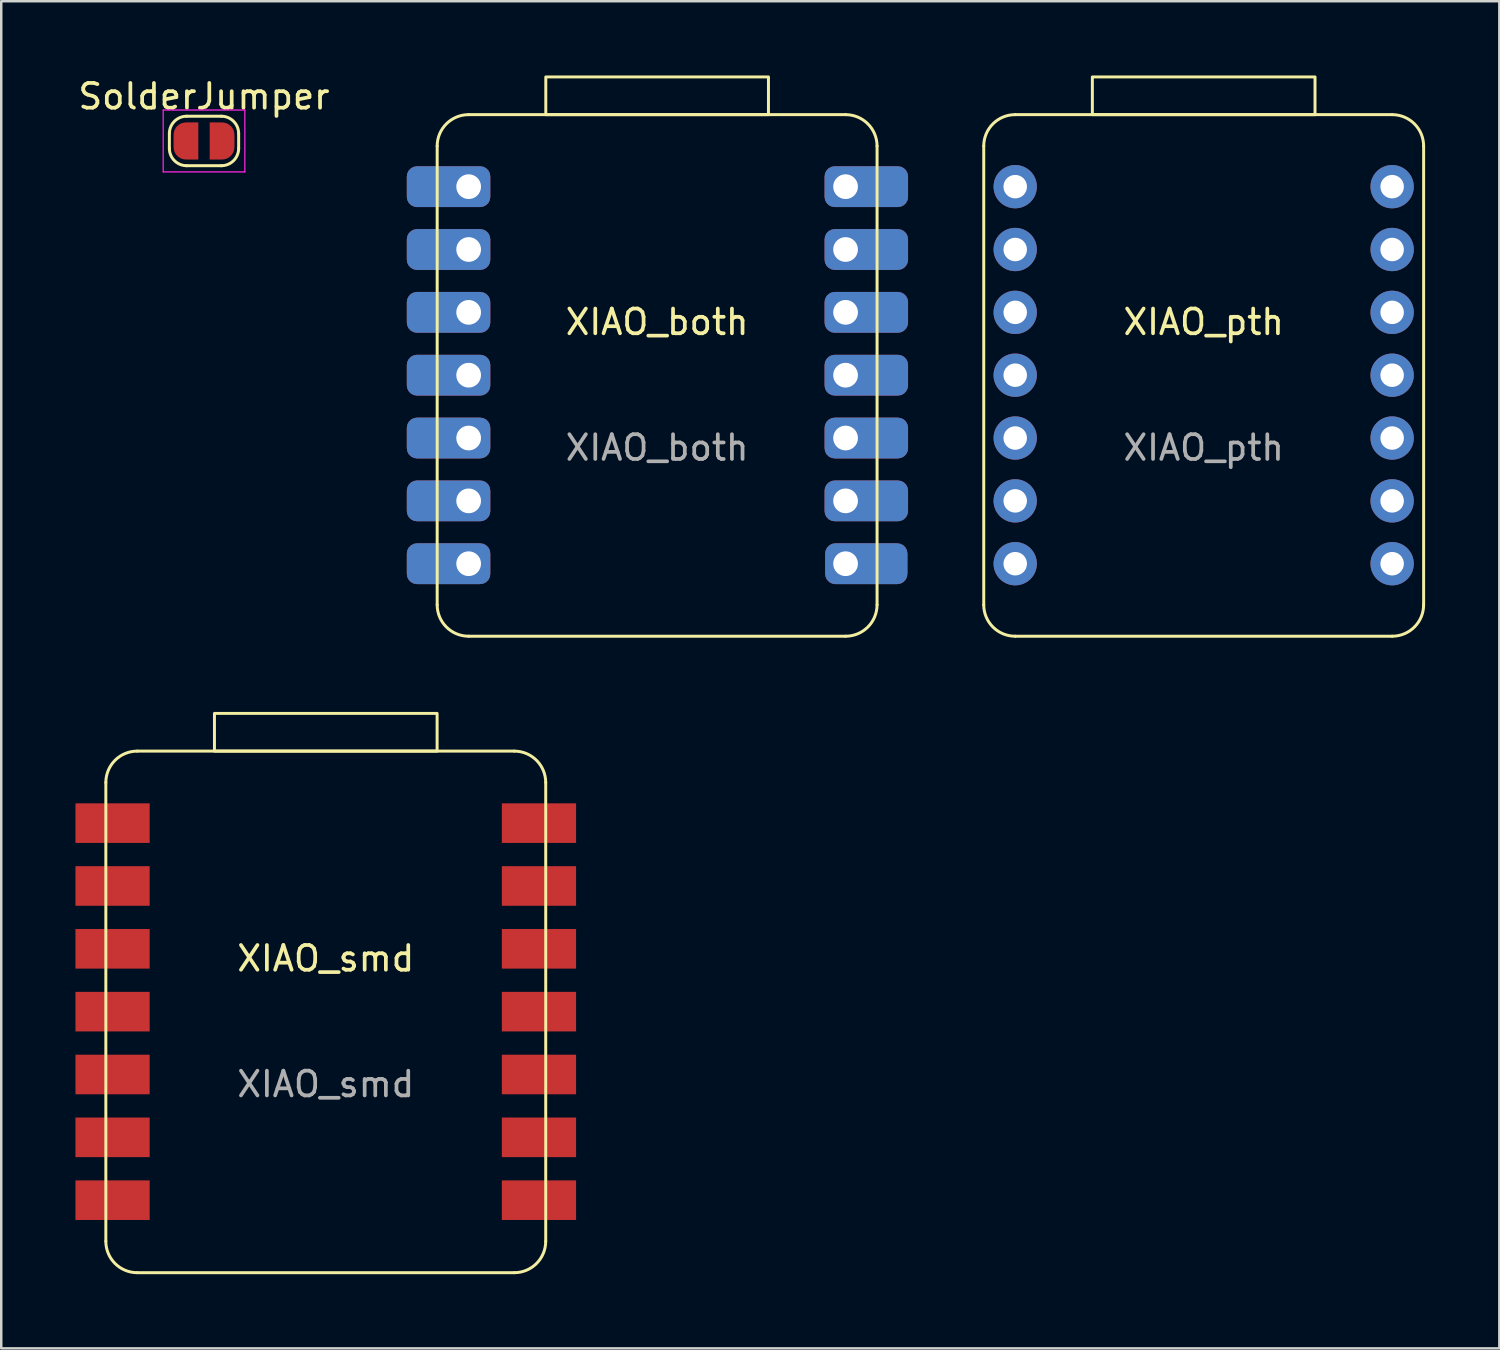
<source format=kicad_pcb>
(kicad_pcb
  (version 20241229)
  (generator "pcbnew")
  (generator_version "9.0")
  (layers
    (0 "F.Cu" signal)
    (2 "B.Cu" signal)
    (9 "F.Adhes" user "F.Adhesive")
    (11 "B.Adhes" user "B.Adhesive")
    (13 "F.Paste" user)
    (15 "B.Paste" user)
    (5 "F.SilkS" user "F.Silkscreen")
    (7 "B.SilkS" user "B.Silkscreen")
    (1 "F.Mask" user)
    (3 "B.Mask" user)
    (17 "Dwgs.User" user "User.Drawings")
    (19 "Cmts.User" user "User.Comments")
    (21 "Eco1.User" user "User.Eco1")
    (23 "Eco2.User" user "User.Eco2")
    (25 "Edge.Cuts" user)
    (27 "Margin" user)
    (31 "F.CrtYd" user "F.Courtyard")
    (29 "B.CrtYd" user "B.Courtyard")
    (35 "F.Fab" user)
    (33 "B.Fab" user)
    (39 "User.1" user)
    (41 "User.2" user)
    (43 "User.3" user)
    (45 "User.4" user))
  (footprint "SolderJumper"
    (layer "F.Cu")
    (at 5.196 2.648)
    (property "Reference" "SolderJumper" (at 0 -1.8 0) (layer "F.SilkS") (effects (font (size 1 1) (thickness 0.15))))
    (attr exclude_from_pos_files exclude_from_bom)
    (fp_line (start -1.4 0.3) (end -1.4 -0.3) (stroke (width 0.12) (type solid)) (layer "F.SilkS"))
    (fp_line (start -0.7 -1) (end 0.7 -1) (stroke (width 0.12) (type solid)) (layer "F.SilkS"))
    (fp_line (start 0.7 1) (end -0.7 1) (stroke (width 0.12) (type solid)) (layer "F.SilkS"))
    (fp_line (start 1.4 -0.3) (end 1.4 0.3) (stroke (width 0.12) (type solid)) (layer "F.SilkS"))
    (fp_arc (start -1.4 -0.3) (mid -1.194975 -0.794975) (end -0.7 -1) (stroke (width 0.12) (type solid)) (layer "F.SilkS"))
    (fp_arc (start -0.7 1) (mid -1.194975 0.794975) (end -1.4 0.3) (stroke (width 0.12) (type solid)) (layer "F.SilkS"))
    (fp_arc (start 0.7 -1) (mid 1.194975 -0.794975) (end 1.4 -0.3) (stroke (width 0.12) (type solid)) (layer "F.SilkS"))
    (fp_arc (start 1.4 0.3) (mid 1.194975 0.794975) (end 0.7 1) (stroke (width 0.12) (type solid)) (layer "F.SilkS"))
    (fp_line (start -1.65 -1.25) (end -1.65 1.25) (stroke (width 0.05) (type solid)) (layer "F.CrtYd"))
    (fp_line (start -1.65 -1.25) (end 1.65 -1.25) (stroke (width 0.05) (type solid)) (layer "F.CrtYd"))
    (fp_line (start 1.65 1.25) (end -1.65 1.25) (stroke (width 0.05) (type solid)) (layer "F.CrtYd"))
    (fp_line (start 1.65 1.25) (end 1.65 -1.25) (stroke (width 0.05) (type solid)) (layer "F.CrtYd"))
    (pad "1" smd custom (at -0.73 0) (size 1 0.5) (layers "F.Cu" "F.Mask") (options (anchor rect)) (primitives (gr_circle (center 0 0.25) (end 0.5 0.25) (width 0) (fill yes)) (gr_circle (center 0 -0.25) (end 0.5 -0.25) (width 0) (fill yes)) (gr_poly (pts (xy 0.5 0.75) (xy 0 0.75) (xy 0 -0.75) (xy 0.5 -0.75)) (width 0) (fill yes))))
    (pad "2" smd custom (at 0.73 0) (size 1 0.5) (layers "F.Cu" "F.Mask") (options (anchor rect)) (primitives (gr_circle (center 0 0.25) (end 0.5 0.25) (width 0) (fill yes)) (gr_circle (center 0 -0.25) (end 0.5 -0.25) (width 0) (fill yes)) (gr_poly (pts (xy 0 0.75) (xy -0.5 0.75) (xy -0.5 -0.75) (xy 0 -0.75)) (width 0) (fill yes)))))
  (footprint "XIAO_pth"
    (layer "F.Cu")
    (at 45.6 12.115)
    (property "Reference" "XIAO_pth" (at 0.003 -2.149 0) (unlocked yes) (layer "F.SilkS") (effects (font (size 1 1) (thickness 0.15))))
    (attr through_hole)
    (fp_line (start -8.887 9.281) (end -8.887 -9.261) (stroke (width 0.12) (type solid)) (layer "F.SilkS"))
    (fp_line (start -7.617 -10.531) (end 7.622 -10.531) (stroke (width 0.12) (type solid)) (layer "F.SilkS"))
    (fp_line (start 7.622 10.551) (end -7.617 10.551) (stroke (width 0.12) (type solid)) (layer "F.SilkS"))
    (fp_line (start 8.893 -9.261) (end 8.893 9.281) (stroke (width 0.12) (type solid)) (layer "F.SilkS"))
    (fp_rect (start -4.497 -10.531) (end 4.503 -12.055) (stroke (width 0.12) (type solid)) (fill no) (layer "F.SilkS"))
    (fp_arc (start -8.8875 -9.261) (mid -8.515526 -10.159026) (end -7.6175 -10.531) (stroke (width 0.12) (type solid)) (layer "F.SilkS"))
    (fp_arc (start -7.6175 10.551) (mid -8.515526 10.179026) (end -8.8875 9.281) (stroke (width 0.12) (type solid)) (layer "F.SilkS"))
    (fp_arc (start 7.6225 -10.531) (mid 8.520526 -10.159026) (end 8.8925 -9.261) (stroke (width 0.12) (type solid)) (layer "F.SilkS"))
    (fp_arc (start 8.8925 9.281) (mid 8.520526 10.179026) (end 7.6225 10.551) (stroke (width 0.12) (type solid)) (layer "F.SilkS"))
    (fp_text user "${REFERENCE}" (at 0.003 2.931 0) (unlocked yes) (layer "F.Fab") (effects (font (size 1 1) (thickness 0.15))))
    (pad "1" thru_hole circle (at -7.615 -7.62) (size 1.75 1.75) (drill 0.95) (layers "*.Cu" "*.Mask"))
    (pad "2" thru_hole circle (at -7.615 -5.08) (size 1.75 1.75) (drill 0.95) (layers "*.Cu" "*.Mask"))
    (pad "3" thru_hole circle (at -7.615 -2.54) (size 1.75 1.75) (drill 0.95) (layers "*.Cu" "*.Mask"))
    (pad "4" thru_hole circle (at -7.615 0) (size 1.75 1.75) (drill 0.95) (layers "*.Cu" "*.Mask"))
    (pad "5" thru_hole circle (at -7.615 2.54) (size 1.75 1.75) (drill 0.95) (layers "*.Cu" "*.Mask"))
    (pad "6" thru_hole circle (at -7.615 5.08) (size 1.75 1.75) (drill 0.95) (layers "*.Cu" "*.Mask"))
    (pad "7" thru_hole circle (at -7.615 7.62) (size 1.75 1.75) (drill 0.95) (layers "*.Cu" "*.Mask"))
    (pad "8" thru_hole circle (at 7.62 7.62) (size 1.75 1.75) (drill 0.95) (layers "*.Cu" "*.Mask"))
    (pad "9" thru_hole circle (at 7.62 5.08) (size 1.75 1.75) (drill 0.95) (layers "*.Cu" "*.Mask"))
    (pad "10" thru_hole circle (at 7.62 2.54) (size 1.75 1.75) (drill 0.95) (layers "*.Cu" "*.Mask"))
    (pad "11" thru_hole circle (at 7.62 0) (size 1.75 1.75) (drill 0.95) (layers "*.Cu" "*.Mask"))
    (pad "12" thru_hole circle (at 7.62 -2.54) (size 1.75 1.75) (drill 0.95) (layers "*.Cu" "*.Mask"))
    (pad "13" thru_hole circle (at 7.62 -5.08) (size 1.75 1.75) (drill 0.95) (layers "*.Cu" "*.Mask"))
    (pad "14" thru_hole circle (at 7.62 -7.62) (size 1.75 1.75) (drill 0.95) (layers "*.Cu" "*.Mask"))
    (zone (net_name "") (layer "F.SilkS") (hatch edge 0.508) (connect_pads) (min_thickness 0.254) (filled_areas_thickness no) (keepout (tracks not_allowed) (vias allowed) (pads allowed) (copperpour allowed) (footprints allowed)) (placement (enabled no)) (fill) (polygon (pts (xy 51.8 22.615) (xy 39.6 22.615) (xy 39.6 18.915) (xy 51.8 18.915)))))
  (footprint "XIAO_smd"
    (layer "F.Cu")
    (at 10.115 37.841)
    (property "Reference" "XIAO_smd" (at 0.003 -2.149 0) (unlocked yes) (layer "F.SilkS") (effects (font (size 1 1) (thickness 0.15))))
    (attr through_hole)
    (fp_line (start -8.887 9.281) (end -8.887 -9.261) (stroke (width 0.12) (type solid)) (layer "F.SilkS"))
    (fp_line (start -7.617 -10.531) (end 7.622 -10.531) (stroke (width 0.12) (type solid)) (layer "F.SilkS"))
    (fp_line (start 7.622 10.551) (end -7.617 10.551) (stroke (width 0.12) (type solid)) (layer "F.SilkS"))
    (fp_line (start 8.893 -9.261) (end 8.893 9.281) (stroke (width 0.12) (type solid)) (layer "F.SilkS"))
    (fp_rect (start -4.497 -10.531) (end 4.503 -12.055) (stroke (width 0.12) (type solid)) (fill no) (layer "F.SilkS"))
    (fp_arc (start -8.8875 -9.261) (mid -8.515526 -10.159026) (end -7.6175 -10.531) (stroke (width 0.12) (type solid)) (layer "F.SilkS"))
    (fp_arc (start -7.6175 10.551) (mid -8.515526 10.179026) (end -8.8875 9.281) (stroke (width 0.12) (type solid)) (layer "F.SilkS"))
    (fp_arc (start 7.6225 -10.531) (mid 8.520526 -10.159026) (end 8.8925 -9.261) (stroke (width 0.12) (type solid)) (layer "F.SilkS"))
    (fp_arc (start 8.8925 9.281) (mid 8.520526 10.179026) (end 7.6225 10.551) (stroke (width 0.12) (type solid)) (layer "F.SilkS"))
    (fp_text user "${REFERENCE}" (at 0.003 2.931 0) (unlocked yes) (layer "F.Fab") (effects (font (size 1 1) (thickness 0.15))))
    (pad "1" smd rect (at -7.615 -7.62) (size 3 1.6) (drill (offset -1 0)) (layers "F.Cu" "F.Mask" "F.Paste"))
    (pad "2" smd rect (at -7.615 -5.08) (size 3 1.6) (drill (offset -1 0)) (layers "F.Cu" "F.Mask" "F.Paste"))
    (pad "3" smd rect (at -7.615 -2.54) (size 3 1.6) (drill (offset -1 0)) (layers "F.Cu" "F.Mask" "F.Paste"))
    (pad "4" smd rect (at -7.615 0) (size 3 1.6) (drill (offset -1 0)) (layers "F.Cu" "F.Mask" "F.Paste"))
    (pad "5" smd rect (at -7.615 2.54) (size 3 1.6) (drill (offset -1 0)) (layers "F.Cu" "F.Mask" "F.Paste"))
    (pad "6" smd rect (at -7.615 5.08) (size 3 1.6) (drill (offset -1 0)) (layers "F.Cu" "F.Mask" "F.Paste"))
    (pad "7" smd rect (at -7.615 7.62) (size 3 1.6) (drill (offset -1 0)) (layers "F.Cu" "F.Mask" "F.Paste"))
    (pad "8" smd rect (at 7.62 7.62) (size 3 1.6) (drill (offset 1 0)) (layers "F.Cu" "F.Mask" "F.Paste"))
    (pad "9" smd rect (at 7.62 5.08) (size 3 1.6) (drill (offset 1 0)) (layers "F.Cu" "F.Mask" "F.Paste"))
    (pad "10" smd rect (at 7.62 2.54) (size 3 1.6) (drill (offset 1 0)) (layers "F.Cu" "F.Mask" "F.Paste"))
    (pad "11" smd rect (at 7.62 0) (size 3 1.6) (drill (offset 1 0)) (layers "F.Cu" "F.Mask" "F.Paste"))
    (pad "12" smd rect (at 7.62 -2.54) (size 3 1.6) (drill (offset 1 0)) (layers "F.Cu" "F.Mask" "F.Paste"))
    (pad "13" smd rect (at 7.62 -5.08) (size 3 1.6) (drill (offset 1 0)) (layers "F.Cu" "F.Mask" "F.Paste"))
    (pad "14" smd rect (at 7.62 -7.62) (size 3 1.6) (drill (offset 1 0)) (layers "F.Cu" "F.Mask" "F.Paste"))
    (zone (net_name "") (layer "F.SilkS") (hatch edge 0.508) (connect_pads) (min_thickness 0.254) (filled_areas_thickness no) (keepout (tracks not_allowed) (vias allowed) (pads allowed) (copperpour allowed) (footprints allowed)) (placement (enabled no)) (fill) (polygon (pts (xy 16.315 48.341) (xy 4.115 48.341) (xy 4.115 44.641) (xy 16.315 44.641)))))
  (footprint "XIAO_both"
    (layer "F.Cu")
    (at 23.508 12.115)
    (property "Reference" "XIAO_both" (at 0.003 -2.149 0) (unlocked yes) (layer "F.SilkS") (effects (font (size 1 1) (thickness 0.15))))
    (attr through_hole)
    (fp_line (start -8.887 9.281) (end -8.887 -9.261) (stroke (width 0.12) (type solid)) (layer "F.SilkS"))
    (fp_line (start -7.617 -10.531) (end 7.622 -10.531) (stroke (width 0.12) (type solid)) (layer "F.SilkS"))
    (fp_line (start 7.622 10.551) (end -7.617 10.551) (stroke (width 0.12) (type solid)) (layer "F.SilkS"))
    (fp_line (start 8.893 -9.261) (end 8.893 9.281) (stroke (width 0.12) (type solid)) (layer "F.SilkS"))
    (fp_rect (start -4.497 -10.531) (end 4.503 -12.055) (stroke (width 0.12) (type solid)) (fill no) (layer "F.SilkS"))
    (fp_arc (start -8.8875 -9.261) (mid -8.515526 -10.159026) (end -7.6175 -10.531) (stroke (width 0.12) (type solid)) (layer "F.SilkS"))
    (fp_arc (start -7.6175 10.551) (mid -8.515526 10.179026) (end -8.8875 9.281) (stroke (width 0.12) (type solid)) (layer "F.SilkS"))
    (fp_arc (start 7.6225 -10.531) (mid 8.520526 -10.159026) (end 8.8925 -9.261) (stroke (width 0.12) (type solid)) (layer "F.SilkS"))
    (fp_arc (start 8.8925 9.281) (mid 8.520526 10.179026) (end 7.6225 10.551) (stroke (width 0.12) (type solid)) (layer "F.SilkS"))
    (fp_text user "${REFERENCE}" (at 0.003 2.931 0) (unlocked yes) (layer "F.Fab") (effects (font (size 1 1) (thickness 0.15))))
    (pad "1" thru_hole roundrect (at -7.615 -7.62) (size 3.375 1.65) (drill 1 (offset -0.812 0)) (layers "*.Cu" "*.Mask") (roundrect_rratio 0.25))
    (pad "2" thru_hole roundrect (at -7.615 -5.08) (size 3.375 1.65) (drill 1 (offset -0.812 0)) (layers "*.Cu" "*.Mask") (roundrect_rratio 0.25))
    (pad "3" thru_hole roundrect (at -7.615 -2.54) (size 3.375 1.65) (drill 1 (offset -0.812 0)) (layers "*.Cu" "*.Mask") (roundrect_rratio 0.25))
    (pad "4" thru_hole roundrect (at -7.615 0) (size 3.375 1.65) (drill 1 (offset -0.812 0)) (layers "*.Cu" "*.Mask") (roundrect_rratio 0.25))
    (pad "5" thru_hole roundrect (at -7.615 2.54) (size 3.375 1.65) (drill 1 (offset -0.812 0)) (layers "*.Cu" "*.Mask") (roundrect_rratio 0.25))
    (pad "6" thru_hole roundrect (at -7.615 5.08) (size 3.375 1.65) (drill 1 (offset -0.812 0)) (layers "*.Cu" "*.Mask") (roundrect_rratio 0.25))
    (pad "7" thru_hole roundrect (at -7.615 7.62) (size 3.375 1.65) (drill 1 (offset -0.812 0)) (layers "*.Cu" "*.Mask") (roundrect_rratio 0.25))
    (pad "8" thru_hole roundrect (at 7.62 7.62) (size 3.325 1.65) (drill 1 (offset 0.838 0)) (layers "*.Cu" "*.Mask") (roundrect_rratio 0.25))
    (pad "9" thru_hole roundrect (at 7.62 5.08) (size 3.375 1.65) (drill 1 (offset 0.838 0)) (layers "*.Cu" "*.Mask") (roundrect_rratio 0.25))
    (pad "10" thru_hole roundrect (at 7.62 2.54) (size 3.375 1.65) (drill 1 (offset 0.838 0)) (layers "*.Cu" "*.Mask") (roundrect_rratio 0.25))
    (pad "11" thru_hole roundrect (at 7.62 0) (size 3.375 1.65) (drill 1 (offset 0.838 0)) (layers "*.Cu" "*.Mask") (roundrect_rratio 0.25))
    (pad "12" thru_hole roundrect (at 7.62 -2.54) (size 3.375 1.65) (drill 1 (offset 0.838 0)) (layers "*.Cu" "*.Mask") (roundrect_rratio 0.25))
    (pad "13" thru_hole roundrect (at 7.62 -5.08) (size 3.375 1.65) (drill 1 (offset 0.838 0)) (layers "*.Cu" "*.Mask") (roundrect_rratio 0.25))
    (pad "14" thru_hole roundrect (at 7.62 -7.62) (size 3.375 1.65) (drill 1 (offset 0.838 0)) (layers "*.Cu" "*.Mask") (roundrect_rratio 0.25))
    (zone (net_name "") (layer "F.SilkS") (hatch edge 0.508) (connect_pads) (min_thickness 0.254) (filled_areas_thickness no) (keepout (tracks not_allowed) (vias allowed) (pads allowed) (copperpour allowed) (footprints allowed)) (placement (enabled no)) (fill) (polygon (pts (xy 29.708 22.615) (xy 17.508 22.615) (xy 17.508 18.915) (xy 29.708 18.915)))))
  (gr_rect
    (start -3 -3)
    (end 57.553 51.452)
    (stroke (width 0.1) (type default))
    (fill no)
    (layer "Edge.Cuts")))
</source>
